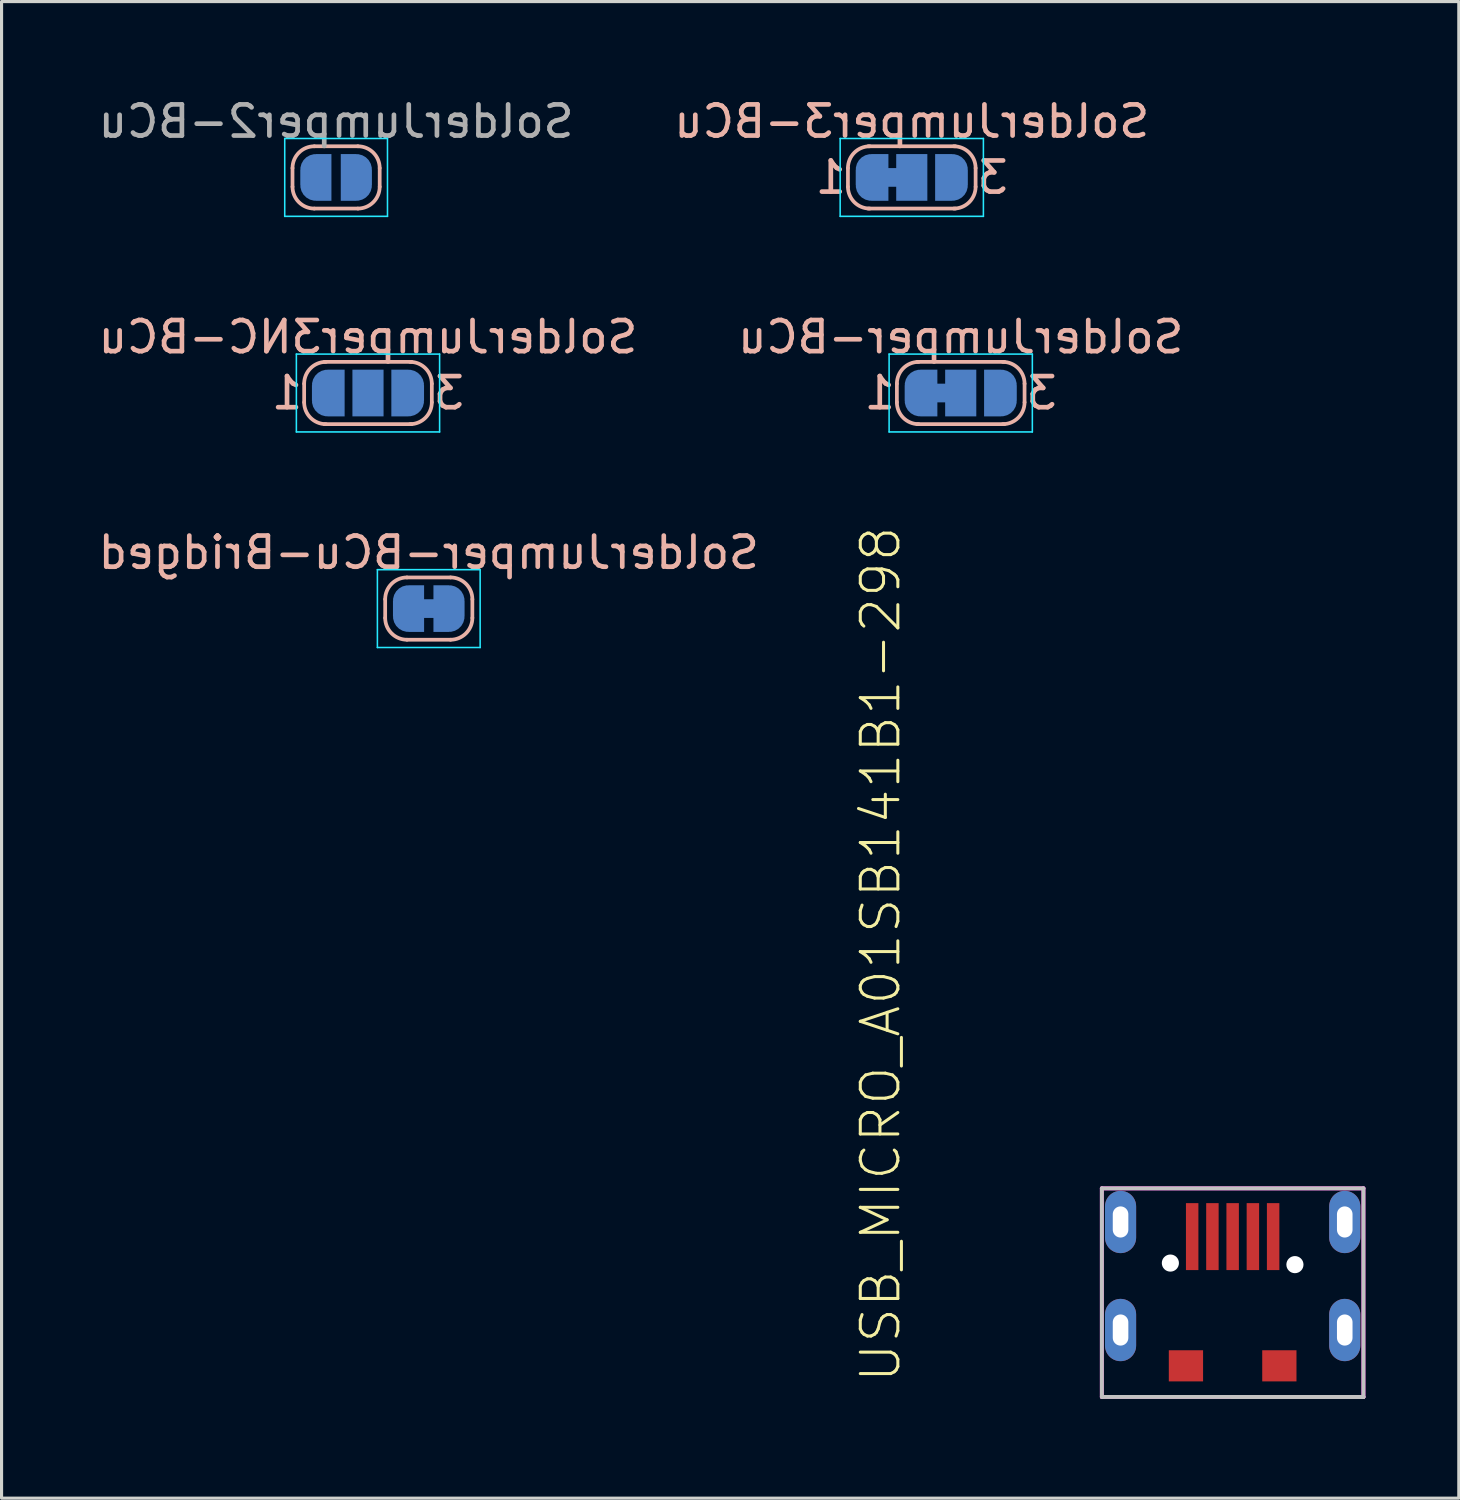
<source format=kicad_pcb>
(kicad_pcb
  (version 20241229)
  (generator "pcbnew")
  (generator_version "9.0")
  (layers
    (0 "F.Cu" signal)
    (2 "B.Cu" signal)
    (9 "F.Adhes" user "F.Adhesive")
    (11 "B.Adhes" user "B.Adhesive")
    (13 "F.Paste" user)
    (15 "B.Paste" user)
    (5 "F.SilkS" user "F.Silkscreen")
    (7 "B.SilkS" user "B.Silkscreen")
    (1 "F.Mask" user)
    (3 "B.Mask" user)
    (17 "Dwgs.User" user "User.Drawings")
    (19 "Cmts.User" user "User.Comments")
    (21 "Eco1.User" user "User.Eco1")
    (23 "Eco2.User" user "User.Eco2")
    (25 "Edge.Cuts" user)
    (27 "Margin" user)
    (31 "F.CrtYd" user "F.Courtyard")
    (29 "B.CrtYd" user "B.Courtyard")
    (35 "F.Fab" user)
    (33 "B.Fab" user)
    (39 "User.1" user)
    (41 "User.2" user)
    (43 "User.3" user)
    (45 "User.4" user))
  (footprint "SolderJumper3NC-BCu"
    (layer "F.Cu")
    (at 8.768 9.572)
    (property "Reference" "SolderJumper3NC-BCu" (at 0 -1.8 0) (layer "B.SilkS") (effects (font (size 1 1) (thickness 0.15)) (justify mirror)))
    (attr exclude_from_pos_files exclude_from_bom)
    (fp_line (start -2.05 0.3) (end -2.05 -0.3) (stroke (width 0.12) (type solid)) (layer "B.SilkS"))
    (fp_line (start -1.4 -1) (end 1.4 -1) (stroke (width 0.12) (type solid)) (layer "B.SilkS"))
    (fp_line (start 1.4 1) (end -1.4 1) (stroke (width 0.12) (type solid)) (layer "B.SilkS"))
    (fp_line (start 2.05 -0.3) (end 2.05 0.3) (stroke (width 0.12) (type solid)) (layer "B.SilkS"))
    (fp_arc (start -2.05 -0.3) (mid -1.844975 -0.794975) (end -1.35 -1) (stroke (width 0.12) (type solid)) (layer "B.SilkS"))
    (fp_arc (start -1.35 1) (mid -1.844975 0.794975) (end -2.05 0.3) (stroke (width 0.12) (type solid)) (layer "B.SilkS"))
    (fp_arc (start 1.35 -1) (mid 1.844975 -0.794975) (end 2.05 -0.3) (stroke (width 0.12) (type solid)) (layer "B.SilkS"))
    (fp_arc (start 2.05 0.3) (mid 1.844975 0.794975) (end 1.35 1) (stroke (width 0.12) (type solid)) (layer "B.SilkS"))
    (fp_line (start -2.3 -1.25) (end -2.3 1.25) (stroke (width 0.05) (type solid)) (layer "B.CrtYd"))
    (fp_line (start -2.3 -1.25) (end 2.3 -1.25) (stroke (width 0.05) (type solid)) (layer "B.CrtYd"))
    (fp_line (start 2.3 1.25) (end -2.3 1.25) (stroke (width 0.05) (type solid)) (layer "B.CrtYd"))
    (fp_line (start 2.3 1.25) (end 2.3 -1.25) (stroke (width 0.05) (type solid)) (layer "B.CrtYd"))
    (fp_text user "1" (at -2.6 0 0) (layer "B.SilkS") (effects (font (size 1 1) (thickness 0.15)) (justify mirror)))
    (fp_text user "3" (at 2.6 0 0) (layer "B.SilkS") (effects (font (size 1 1) (thickness 0.15)) (justify mirror)))
    (pad "1" smd custom (at -1.3 0) (size 1 0.5) (layers "B.Cu" "B.Mask") (options (anchor rect)) (primitives (gr_poly (pts (xy 0.55 0.75) (xy 0 0.75) (xy 0 -0.75) (xy 0.55 -0.75)) (width 0) (fill yes)) (gr_circle (center 0 0.25) (end 0.5 0.25) (width 0) (fill yes)) (gr_circle (center 0 -0.25) (end 0.5 -0.25) (width 0) (fill yes))))
    (pad "2" smd rect (at 0 0) (size 1 1.5) (layers "B.Cu" "B.Mask"))
    (pad "3" smd custom (at 1.3 0) (size 1 0.5) (layers "B.Cu" "B.Mask") (options (anchor rect)) (primitives (gr_circle (center 0 0.25) (end 0.5 0.25) (width 0) (fill yes)) (gr_circle (center 0 -0.25) (end 0.5 -0.25) (width 0) (fill yes)) (gr_poly (pts (xy 0 0.75) (xy -0.55 0.75) (xy -0.55 -0.75) (xy 0 -0.75)) (width 0) (fill yes)))))
  (footprint "SolderJumper2-BCu"
    (layer "F.Cu")
    (at 7.744 2.648)
    (property "Reference" "SolderJumper2-BCu" (at 0 -1.8 0) (layer "F.Fab") (effects (font (size 1 1) (thickness 0.15)) (justify mirror)))
    (attr exclude_from_pos_files exclude_from_bom)
    (fp_line (start -1.4 0.3) (end -1.4 -0.3) (stroke (width 0.12) (type solid)) (layer "B.SilkS"))
    (fp_line (start -0.7 -1) (end 0.7 -1) (stroke (width 0.12) (type solid)) (layer "B.SilkS"))
    (fp_line (start 0.7 1) (end -0.7 1) (stroke (width 0.12) (type solid)) (layer "B.SilkS"))
    (fp_line (start 1.4 -0.3) (end 1.4 0.3) (stroke (width 0.12) (type solid)) (layer "B.SilkS"))
    (fp_arc (start -1.4 -0.3) (mid -1.194975 -0.794975) (end -0.7 -1) (stroke (width 0.12) (type solid)) (layer "B.SilkS"))
    (fp_arc (start -0.7 1) (mid -1.194975 0.794975) (end -1.4 0.3) (stroke (width 0.12) (type solid)) (layer "B.SilkS"))
    (fp_arc (start 0.7 -1) (mid 1.194975 -0.794975) (end 1.4 -0.3) (stroke (width 0.12) (type solid)) (layer "B.SilkS"))
    (fp_arc (start 1.4 0.3) (mid 1.194975 0.794975) (end 0.7 1) (stroke (width 0.12) (type solid)) (layer "B.SilkS"))
    (fp_line (start -1.65 -1.25) (end -1.65 1.25) (stroke (width 0.05) (type solid)) (layer "B.CrtYd"))
    (fp_line (start -1.65 -1.25) (end 1.65 -1.25) (stroke (width 0.05) (type solid)) (layer "B.CrtYd"))
    (fp_line (start 1.65 1.25) (end -1.65 1.25) (stroke (width 0.05) (type solid)) (layer "B.CrtYd"))
    (fp_line (start 1.65 1.25) (end 1.65 -1.25) (stroke (width 0.05) (type solid)) (layer "B.CrtYd"))
    (pad "1" smd custom (at -0.65 0) (size 1 0.5) (layers "B.Cu" "B.Mask") (options (anchor rect)) (primitives (gr_circle (center 0 0.25) (end 0.5 0.25) (width 0) (fill yes)) (gr_circle (center 0 -0.25) (end 0.5 -0.25) (width 0) (fill yes)) (gr_poly (pts (xy 0 -0.75) (xy 0.5 -0.75) (xy 0.5 0.75) (xy 0 0.75)) (width 0) (fill yes))))
    (pad "2" smd custom (at 0.65 0) (size 1 0.5) (layers "B.Cu" "B.Mask") (options (anchor rect)) (primitives (gr_circle (center 0 0.25) (end 0.5 0.25) (width 0) (fill yes)) (gr_circle (center 0 -0.25) (end 0.5 -0.25) (width 0) (fill yes)) (gr_poly (pts (xy 0 -0.75) (xy -0.5 -0.75) (xy -0.5 0.75) (xy 0 0.75)) (width 0) (fill yes)))))
  (footprint "USB_MICRO_A01SB141B1-298"
    (layer "F.Cu")
    (at 36.537 41.814)
    (property "Reference" "USB_MICRO_A01SB141B1-298" (at -10.6 -0.4 90) (layer "F.SilkS") (effects (font (size 1.206 1.206) (thickness 0.097)) (justify left bottom)))
    (attr through_hole)
    (fp_line (start -4.2 -6.7) (end 4.2 -6.7) (stroke (width 0.127) (type solid)) (layer "Dwgs.User"))
    (fp_line (start -4.2 0) (end -4.2 -6.7) (stroke (width 0.127) (type solid)) (layer "Dwgs.User"))
    (fp_line (start 0 0) (end -4.2 0) (stroke (width 0.127) (type solid)) (layer "Dwgs.User"))
    (fp_line (start 4.2 -6.7) (end 4.2 0) (stroke (width 0.127) (type solid)) (layer "Dwgs.User"))
    (fp_line (start 4.2 0) (end 0 0) (stroke (width 0.127) (type solid)) (layer "Dwgs.User"))
    (fp_line (start 4.2 0) (end 0 0) (stroke (width 0.127) (type solid)) (layer "Dwgs.User"))
    (fp_line (start -4.2 -6.7) (end 4.2 -6.7) (stroke (width 0.127) (type solid)) (layer "F.CrtYd"))
    (fp_line (start -4.2 0) (end -4.2 -6.7) (stroke (width 0.127) (type solid)) (layer "F.CrtYd"))
    (fp_line (start 4.2 -6.7) (end 4.2 0) (stroke (width 0.127) (type solid)) (layer "F.CrtYd"))
    (fp_line (start 4.2 0) (end -4.2 0) (stroke (width 0.127) (type solid)) (layer "F.CrtYd"))
    (pad "" np_thru_hole circle (at -2 -4.3) (size 0.55 0.55) (drill 0.55) (layers "*.Cu" "*.Mask"))
    (pad "" np_thru_hole circle (at 2 -4.25) (size 0.55 0.55) (drill 0.55) (layers "*.Cu" "*.Mask"))
    (pad "1" smd rect (at -1.3 -5.15) (size 0.4 2.15) (layers "F.Cu" "F.Mask" "F.Paste"))
    (pad "2" smd rect (at -0.65 -5.15) (size 0.4 2.15) (layers "F.Cu" "F.Mask" "F.Paste"))
    (pad "3" smd rect (at 0 -5.15) (size 0.4 2.15) (layers "F.Cu" "F.Mask" "F.Paste"))
    (pad "4" smd rect (at 0.65 -5.15) (size 0.4 2.15) (layers "F.Cu" "F.Mask" "F.Paste"))
    (pad "5" smd rect (at 1.3 -5.15) (size 0.4 2.15) (layers "F.Cu" "F.Mask" "F.Paste"))
    (pad "6" thru_hole oval (at -3.6 -5.62 90) (size 2 1) (drill oval 1 0.5) (layers "*.Cu" "*.Mask" "F.Paste"))
    (pad "6" thru_hole oval (at -3.6 -2.15 90) (size 2 1) (drill oval 1 0.5) (layers "*.Cu" "*.Mask" "F.Paste"))
    (pad "6" smd rect (at -1.5 -1) (size 1.1 1) (layers "F.Cu" "F.Mask" "F.Paste"))
    (pad "6" smd rect (at 1.5 -1) (size 1.1 1) (layers "F.Cu" "F.Mask" "F.Paste"))
    (pad "6" thru_hole oval (at 3.6 -5.62 90) (size 2 1) (drill oval 1 0.5) (layers "*.Cu" "*.Mask" "F.Paste"))
    (pad "6" thru_hole oval (at 3.6 -2.15 90) (size 2 1) (drill oval 1 0.5) (layers "*.Cu" "*.Mask" "F.Paste")))
  (footprint "SolderJumper-BCu"
    (layer "F.Cu")
    (at 27.804 9.572)
    (property "Reference" "SolderJumper-BCu" (at 0 -1.8 0) (layer "B.SilkS") (effects (font (size 1 1) (thickness 0.15)) (justify mirror)))
    (attr exclude_from_pos_files exclude_from_bom)
    (fp_poly (pts (xy -0.9 -0.3) (xy -0.4 -0.3) (xy -0.4 0.3) (xy -0.9 0.3)) (stroke (width 0) (type solid)) (fill yes) (layer "B.Cu"))
    (fp_line (start -2.05 0.3) (end -2.05 -0.3) (stroke (width 0.12) (type solid)) (layer "B.SilkS"))
    (fp_line (start -1.4 -1) (end 1.4 -1) (stroke (width 0.12) (type solid)) (layer "B.SilkS"))
    (fp_line (start 1.4 1) (end -1.4 1) (stroke (width 0.12) (type solid)) (layer "B.SilkS"))
    (fp_line (start 2.05 -0.3) (end 2.05 0.3) (stroke (width 0.12) (type solid)) (layer "B.SilkS"))
    (fp_arc (start -2.05 -0.3) (mid -1.844975 -0.794975) (end -1.35 -1) (stroke (width 0.12) (type solid)) (layer "B.SilkS"))
    (fp_arc (start -1.35 1) (mid -1.844975 0.794975) (end -2.05 0.3) (stroke (width 0.12) (type solid)) (layer "B.SilkS"))
    (fp_arc (start 1.35 -1) (mid 1.844975 -0.794975) (end 2.05 -0.3) (stroke (width 0.12) (type solid)) (layer "B.SilkS"))
    (fp_arc (start 2.05 0.3) (mid 1.844975 0.794975) (end 1.35 1) (stroke (width 0.12) (type solid)) (layer "B.SilkS"))
    (fp_line (start -2.3 -1.25) (end -2.3 1.25) (stroke (width 0.05) (type solid)) (layer "B.CrtYd"))
    (fp_line (start -2.3 -1.25) (end 2.3 -1.25) (stroke (width 0.05) (type solid)) (layer "B.CrtYd"))
    (fp_line (start 2.3 1.25) (end -2.3 1.25) (stroke (width 0.05) (type solid)) (layer "B.CrtYd"))
    (fp_line (start 2.3 1.25) (end 2.3 -1.25) (stroke (width 0.05) (type solid)) (layer "B.CrtYd"))
    (fp_text user "3" (at 2.6 0 0) (layer "B.SilkS") (effects (font (size 1 1) (thickness 0.15)) (justify mirror)))
    (fp_text user "1" (at -2.6 0 0) (layer "B.SilkS") (effects (font (size 1 1) (thickness 0.15)) (justify mirror)))
    (pad "1" smd custom (at -1.3 0) (size 1 0.5) (layers "B.Cu" "B.Mask") (options (anchor rect)) (primitives (gr_poly (pts (xy 0.55 -0.75) (xy 0 -0.75) (xy 0 0.75) (xy 0.55 0.75)) (width 0) (fill yes)) (gr_circle (center 0 0.25) (end 0.5 0.25) (width 0) (fill yes)) (gr_circle (center 0 -0.25) (end 0.5 -0.25) (width 0) (fill yes))))
    (pad "2" smd rect (at 0 0) (size 1 1.5) (layers "B.Cu" "B.Mask"))
    (pad "3" smd custom (at 1.3 0) (size 1 0.5) (layers "B.Cu" "B.Mask") (options (anchor rect)) (primitives (gr_circle (center 0 0.25) (end 0.5 0.25) (width 0) (fill yes)) (gr_circle (center 0 -0.25) (end 0.5 -0.25) (width 0) (fill yes)) (gr_poly (pts (xy -0.55 -0.75) (xy 0 -0.75) (xy 0 0.75) (xy -0.55 0.75)) (width 0) (fill yes)))))
  (footprint "SolderJumper-BCu-Bridged"
    (layer "F.Cu")
    (at 10.72 16.495)
    (property "Reference" "SolderJumper-BCu-Bridged" (at 0 -1.8 0) (layer "B.SilkS") (effects (font (size 1 1) (thickness 0.15)) (justify mirror)))
    (attr exclude_from_pos_files exclude_from_bom)
    (fp_poly (pts (xy 0.25 -0.3) (xy -0.25 -0.3) (xy -0.25 0.3) (xy 0.25 0.3)) (stroke (width 0) (type solid)) (fill yes) (layer "B.Cu"))
    (fp_line (start -1.4 0.3) (end -1.4 -0.3) (stroke (width 0.12) (type solid)) (layer "B.SilkS"))
    (fp_line (start -0.7 -1) (end 0.7 -1) (stroke (width 0.12) (type solid)) (layer "B.SilkS"))
    (fp_line (start 0.7 1) (end -0.7 1) (stroke (width 0.12) (type solid)) (layer "B.SilkS"))
    (fp_line (start 1.4 -0.3) (end 1.4 0.3) (stroke (width 0.12) (type solid)) (layer "B.SilkS"))
    (fp_arc (start -1.4 -0.3) (mid -1.194975 -0.794975) (end -0.7 -1) (stroke (width 0.12) (type solid)) (layer "B.SilkS"))
    (fp_arc (start -0.7 1) (mid -1.194975 0.794975) (end -1.4 0.3) (stroke (width 0.12) (type solid)) (layer "B.SilkS"))
    (fp_arc (start 0.7 -1) (mid 1.194975 -0.794975) (end 1.4 -0.3) (stroke (width 0.12) (type solid)) (layer "B.SilkS"))
    (fp_arc (start 1.4 0.3) (mid 1.194975 0.794975) (end 0.7 1) (stroke (width 0.12) (type solid)) (layer "B.SilkS"))
    (fp_line (start -1.65 -1.25) (end -1.65 1.25) (stroke (width 0.05) (type solid)) (layer "B.CrtYd"))
    (fp_line (start -1.65 -1.25) (end 1.65 -1.25) (stroke (width 0.05) (type solid)) (layer "B.CrtYd"))
    (fp_line (start 1.65 1.25) (end -1.65 1.25) (stroke (width 0.05) (type solid)) (layer "B.CrtYd"))
    (fp_line (start 1.65 1.25) (end 1.65 -1.25) (stroke (width 0.05) (type solid)) (layer "B.CrtYd"))
    (pad "1" smd custom (at -0.65 0) (size 1 0.5) (layers "B.Cu" "B.Mask") (options (anchor rect)) (primitives (gr_circle (center 0 0.25) (end 0.5 0.25) (width 0) (fill yes)) (gr_circle (center 0 -0.25) (end 0.5 -0.25) (width 0) (fill yes)) (gr_poly (pts (xy 0 -0.75) (xy 0.5 -0.75) (xy 0.5 0.75) (xy 0 0.75)) (width 0) (fill yes))))
    (pad "2" smd custom (at 0.65 0) (size 1 0.5) (layers "B.Cu" "B.Mask") (options (anchor rect)) (primitives (gr_circle (center 0 0.25) (end 0.5 0.25) (width 0) (fill yes)) (gr_circle (center 0 -0.25) (end 0.5 -0.25) (width 0) (fill yes)) (gr_poly (pts (xy 0 -0.75) (xy -0.5 -0.75) (xy -0.5 0.75) (xy 0 0.75)) (width 0) (fill yes)))))
  (footprint "SolderJumper3-BCu"
    (layer "F.Cu")
    (at 26.232 2.648)
    (property "Reference" "SolderJumper3-BCu" (at 0 -1.8 0) (layer "B.SilkS") (effects (font (size 1 1) (thickness 0.15)) (justify mirror)))
    (attr exclude_from_pos_files exclude_from_bom)
    (fp_poly (pts (xy -0.9 -0.3) (xy -0.4 -0.3) (xy -0.4 0.3) (xy -0.9 0.3)) (stroke (width 0) (type solid)) (fill yes) (layer "B.Cu"))
    (fp_line (start -2.05 0.3) (end -2.05 -0.3) (stroke (width 0.12) (type solid)) (layer "B.SilkS"))
    (fp_line (start -1.4 -1) (end 1.4 -1) (stroke (width 0.12) (type solid)) (layer "B.SilkS"))
    (fp_line (start 1.4 1) (end -1.4 1) (stroke (width 0.12) (type solid)) (layer "B.SilkS"))
    (fp_line (start 2.05 -0.3) (end 2.05 0.3) (stroke (width 0.12) (type solid)) (layer "B.SilkS"))
    (fp_arc (start -2.05 -0.3) (mid -1.844975 -0.794975) (end -1.35 -1) (stroke (width 0.12) (type solid)) (layer "B.SilkS"))
    (fp_arc (start -1.35 1) (mid -1.844975 0.794975) (end -2.05 0.3) (stroke (width 0.12) (type solid)) (layer "B.SilkS"))
    (fp_arc (start 1.35 -1) (mid 1.844975 -0.794975) (end 2.05 -0.3) (stroke (width 0.12) (type solid)) (layer "B.SilkS"))
    (fp_arc (start 2.05 0.3) (mid 1.844975 0.794975) (end 1.35 1) (stroke (width 0.12) (type solid)) (layer "B.SilkS"))
    (fp_line (start -2.3 -1.25) (end -2.3 1.25) (stroke (width 0.05) (type solid)) (layer "B.CrtYd"))
    (fp_line (start -2.3 -1.25) (end 2.3 -1.25) (stroke (width 0.05) (type solid)) (layer "B.CrtYd"))
    (fp_line (start 2.3 1.25) (end -2.3 1.25) (stroke (width 0.05) (type solid)) (layer "B.CrtYd"))
    (fp_line (start 2.3 1.25) (end 2.3 -1.25) (stroke (width 0.05) (type solid)) (layer "B.CrtYd"))
    (fp_text user "1" (at -2.6 0 0) (layer "B.SilkS") (effects (font (size 1 1) (thickness 0.15)) (justify mirror)))
    (fp_text user "3" (at 2.6 0 0) (layer "B.SilkS") (effects (font (size 1 1) (thickness 0.15)) (justify mirror)))
    (pad "1" smd custom (at -1.3 0) (size 1 0.5) (layers "B.Cu" "B.Mask") (options (anchor rect)) (primitives (gr_poly (pts (xy 0.55 -0.75) (xy 0 -0.75) (xy 0 0.75) (xy 0.55 0.75)) (width 0) (fill yes)) (gr_circle (center 0 0.25) (end 0.5 0.25) (width 0) (fill yes)) (gr_circle (center 0 -0.25) (end 0.5 -0.25) (width 0) (fill yes))))
    (pad "2" smd rect (at 0 0) (size 1 1.5) (layers "B.Cu" "B.Mask"))
    (pad "3" smd custom (at 1.3 0) (size 1 0.5) (layers "B.Cu" "B.Mask") (options (anchor rect)) (primitives (gr_circle (center 0 0.25) (end 0.5 0.25) (width 0) (fill yes)) (gr_circle (center 0 -0.25) (end 0.5 -0.25) (width 0) (fill yes)) (gr_poly (pts (xy -0.55 -0.75) (xy 0 -0.75) (xy 0 0.75) (xy -0.55 0.75)) (width 0) (fill yes)))))
  (gr_rect
    (start -3 -3)
    (end 43.8 45.064)
    (stroke (width 0.1) (type default))
    (fill no)
    (layer "Edge.Cuts")))
</source>
